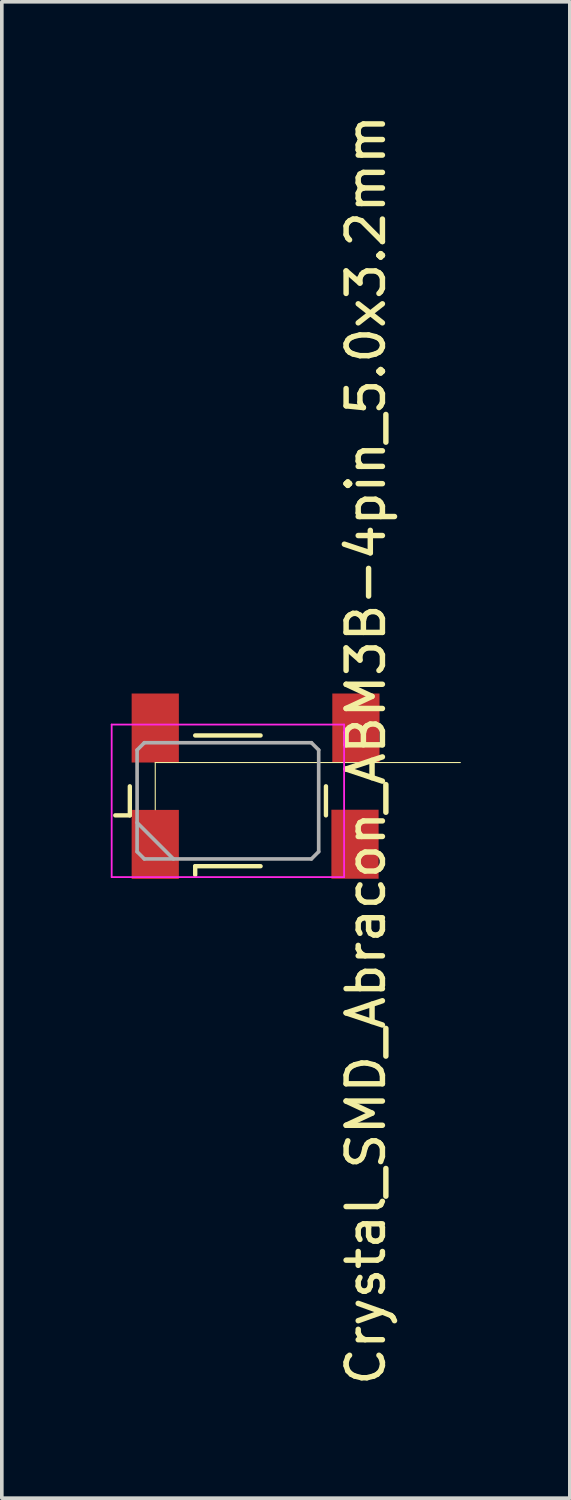
<source format=kicad_pcb>
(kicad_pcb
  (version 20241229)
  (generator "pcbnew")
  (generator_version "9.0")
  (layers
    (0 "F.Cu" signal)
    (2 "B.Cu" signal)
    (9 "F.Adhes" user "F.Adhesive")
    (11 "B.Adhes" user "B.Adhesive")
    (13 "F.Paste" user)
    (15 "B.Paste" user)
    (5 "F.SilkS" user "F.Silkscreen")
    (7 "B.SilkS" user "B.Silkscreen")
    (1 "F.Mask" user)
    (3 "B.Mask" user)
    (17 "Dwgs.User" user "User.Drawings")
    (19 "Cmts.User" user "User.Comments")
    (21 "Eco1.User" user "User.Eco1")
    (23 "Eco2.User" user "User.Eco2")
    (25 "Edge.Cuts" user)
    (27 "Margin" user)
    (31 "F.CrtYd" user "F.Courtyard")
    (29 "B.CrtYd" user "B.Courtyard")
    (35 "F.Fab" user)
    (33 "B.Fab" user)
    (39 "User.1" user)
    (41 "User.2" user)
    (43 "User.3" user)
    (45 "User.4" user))
  (footprint "Crystal_SMD_Abracon_ABM3B-4pin_5.0x3.2mm"
    (layer "F.Cu")
    (at 3.225 19.001)
    (property "Reference" "Crystal_SMD_Abracon_ABM3B-4pin_5.0x3.2mm" (at 3.8 -1.4 90) (layer "F.SilkS") (effects (font (size 1 1) (thickness 0.15))))
    (attr smd)
    (fp_line (start -3.1 0.4) (end -2.7 0.4) (stroke (width 0.12) (type solid)) (layer "F.SilkS"))
    (fp_line (start -2.7 0.4) (end -2.7 -0.4) (stroke (width 0.12) (type solid)) (layer "F.SilkS"))
    (fp_line (start -2 -1.055) (end 6.4 -1.055) (stroke (width 0.03) (type solid)) (layer "F.SilkS"))
    (fp_line (start -2 0.245) (end -2 -1.055) (stroke (width 0.03) (type solid)) (layer "F.SilkS"))
    (fp_line (start -0.9 -1.8) (end 0.9 -1.8) (stroke (width 0.12) (type solid)) (layer "F.SilkS"))
    (fp_line (start -0.9 1.8) (end -0.9 2.04) (stroke (width 0.12) (type solid)) (layer "F.SilkS"))
    (fp_line (start 0.9 1.8) (end -0.9 1.8) (stroke (width 0.12) (type solid)) (layer "F.SilkS"))
    (fp_line (start 2.7 -0.4) (end 2.7 0.4) (stroke (width 0.12) (type solid)) (layer "F.SilkS"))
    (fp_line (start -3.2 -2.1) (end -3.2 2.1) (stroke (width 0.05) (type solid)) (layer "F.CrtYd"))
    (fp_line (start -3.2 2.1) (end 3.2 2.1) (stroke (width 0.05) (type solid)) (layer "F.CrtYd"))
    (fp_line (start 3.2 -2.1) (end -3.2 -2.1) (stroke (width 0.05) (type solid)) (layer "F.CrtYd"))
    (fp_line (start 3.2 2.1) (end 3.2 -2.1) (stroke (width 0.05) (type solid)) (layer "F.CrtYd"))
    (fp_line (start -2.5 -1.4) (end -2.3 -1.6) (stroke (width 0.1) (type solid)) (layer "F.Fab"))
    (fp_line (start -2.5 0.6) (end -1.5 1.6) (stroke (width 0.1) (type solid)) (layer "F.Fab"))
    (fp_line (start -2.5 1.4) (end -2.5 -1.4) (stroke (width 0.1) (type solid)) (layer "F.Fab"))
    (fp_line (start -2.3 -1.6) (end 2.3 -1.6) (stroke (width 0.1) (type solid)) (layer "F.Fab"))
    (fp_line (start -2.3 1.6) (end -2.5 1.4) (stroke (width 0.1) (type solid)) (layer "F.Fab"))
    (fp_line (start 2.3 -1.6) (end 2.5 -1.4) (stroke (width 0.1) (type solid)) (layer "F.Fab"))
    (fp_line (start 2.3 1.6) (end -2.3 1.6) (stroke (width 0.1) (type solid)) (layer "F.Fab"))
    (fp_line (start 2.5 -1.4) (end 2.5 1.4) (stroke (width 0.1) (type solid)) (layer "F.Fab"))
    (fp_line (start 2.5 1.4) (end 2.3 1.6) (stroke (width 0.1) (type solid)) (layer "F.Fab"))
    (pad "1" smd rect (at -2 1.2) (size 1.3 1.9) (layers "F.Cu" "F.Mask"))
    (pad "2" smd rect (at 3.5 1.195) (size 1.3 1.9) (layers "F.Cu" "F.Mask"))
    (pad "3" smd rect (at 3.525 -2.005) (size 1.3 1.9) (layers "F.Cu" "F.Mask"))
    (pad "4" smd rect (at -2 -2.005) (size 1.3 1.9) (layers "F.Cu" "F.Mask")))
  (gr_rect
    (start -3 -3)
    (end 12.64 38.202)
    (stroke (width 0.1) (type default))
    (fill no)
    (layer "Edge.Cuts")))
</source>
